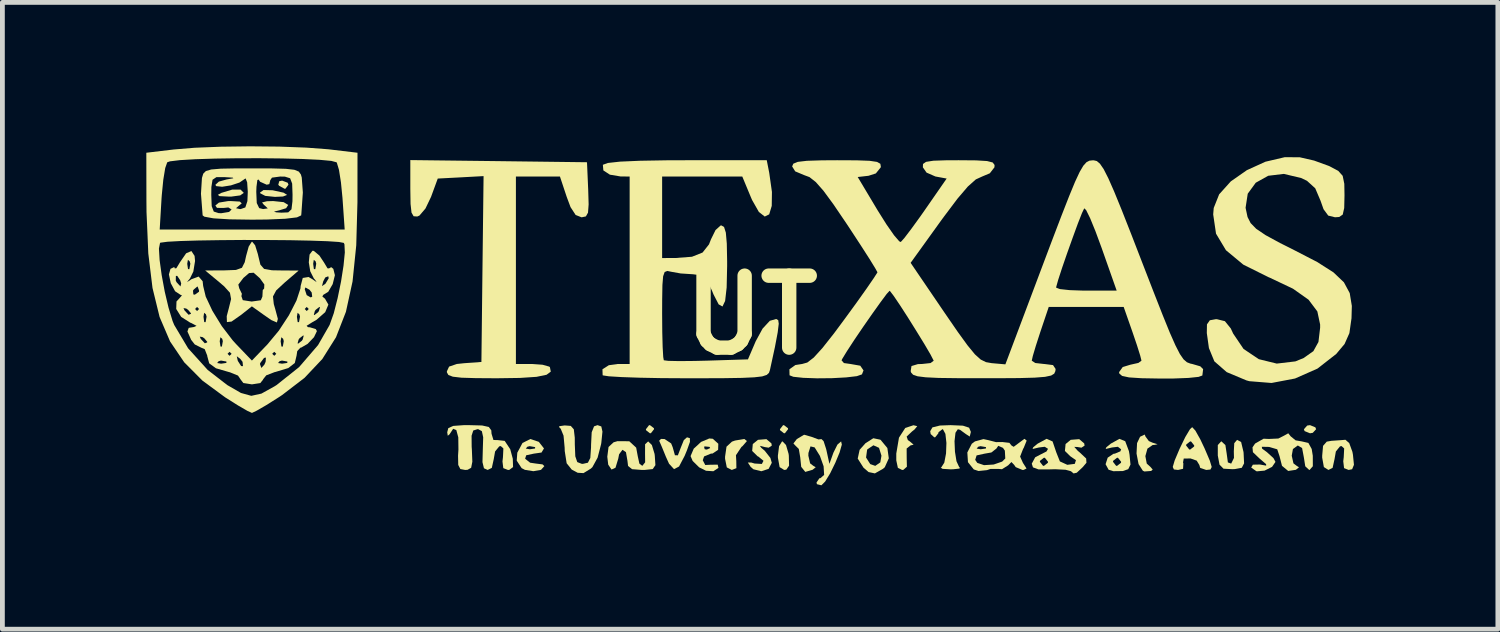
<source format=kicad_pcb>
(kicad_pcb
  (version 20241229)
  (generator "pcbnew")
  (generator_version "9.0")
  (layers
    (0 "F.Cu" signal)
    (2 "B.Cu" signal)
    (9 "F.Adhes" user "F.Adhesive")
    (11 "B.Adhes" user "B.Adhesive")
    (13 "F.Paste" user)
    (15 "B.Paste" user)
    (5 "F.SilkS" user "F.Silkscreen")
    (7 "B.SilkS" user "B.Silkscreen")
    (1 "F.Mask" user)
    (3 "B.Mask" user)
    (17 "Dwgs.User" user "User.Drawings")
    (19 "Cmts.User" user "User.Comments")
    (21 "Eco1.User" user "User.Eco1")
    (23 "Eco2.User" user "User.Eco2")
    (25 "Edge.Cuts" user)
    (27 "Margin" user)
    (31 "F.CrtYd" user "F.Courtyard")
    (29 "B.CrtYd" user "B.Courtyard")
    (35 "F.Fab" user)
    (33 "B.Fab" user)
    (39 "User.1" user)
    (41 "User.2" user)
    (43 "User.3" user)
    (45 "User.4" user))
  (footprint "UT"
    (layer "F.Cu")
    (at 12.615 3.518)
    (property "Reference" "UT" (at 0 0 0) (layer "F.SilkS") (effects (font (size 1.5 1.5) (thickness 0.3))))
    (attr board_only exclude_from_pos_files exclude_from_bom)
    (fp_poly (pts (xy -9.668 -2.759) (xy -9.652 -2.718) (xy -9.713 -2.636) (xy -9.732 -2.633) (xy -9.846 -2.695) (xy -9.864 -2.718) (xy -9.844 -2.791) (xy -9.784 -2.803)) (stroke (width 0) (type solid)) (fill yes) (layer "F.SilkS"))
    (fp_poly (pts (xy -2.034 2.358) (xy -2.032 2.379) (xy -2.096 2.461) (xy -2.117 2.464) (xy -2.199 2.399) (xy -2.201 2.379) (xy -2.137 2.296) (xy -2.117 2.294)) (stroke (width 0) (type solid)) (fill yes) (layer "F.SilkS"))
    (fp_poly (pts (xy 0.76 2.358) (xy 0.762 2.379) (xy 0.698 2.461) (xy 0.677 2.464) (xy 0.595 2.399) (xy 0.593 2.379) (xy 0.657 2.296) (xy 0.677 2.294)) (stroke (width 0) (type solid)) (fill yes) (layer "F.SilkS"))
    (fp_poly (pts (xy 11.754 2.34) (xy 11.769 2.379) (xy 11.7 2.454) (xy 11.642 2.464) (xy 11.529 2.418) (xy 11.515 2.379) (xy 11.583 2.303) (xy 11.642 2.294)) (stroke (width 0) (type solid)) (fill yes) (layer "F.SilkS"))
    (fp_poly (pts (xy -10.651 -2.616) (xy -10.583 -2.548) (xy -10.658 -2.495) (xy -10.843 -2.47) (xy -10.901 -2.47) (xy -11.089 -2.48) (xy -11.124 -2.507) (xy -11.049 -2.548) (xy -10.823 -2.616)) (stroke (width 0) (type solid)) (fill yes) (layer "F.SilkS"))
    (fp_poly (pts (xy -9.983 -2.602) (xy -9.754 -2.552) (xy -9.68 -2.505) (xy -9.766 -2.472) (xy -9.934 -2.464) (xy -10.136 -2.485) (xy -10.24 -2.539) (xy -10.245 -2.554) (xy -10.171 -2.607)) (stroke (width 0) (type solid)) (fill yes) (layer "F.SilkS"))
    (fp_poly (pts (xy 0.719 2.708) (xy 0.773 2.892) (xy 0.778 2.931) (xy 0.783 3.139) (xy 0.726 3.222) (xy 0.681 3.228) (xy 0.586 3.169) (xy 0.551 2.975) (xy 0.55 2.931) (xy 0.575 2.732) (xy 0.635 2.636) (xy 0.647 2.633)) (stroke (width 0) (type solid)) (fill yes) (layer "F.SilkS"))
    (fp_poly (pts (xy -0.095 2.625) (xy -0.187 2.731) (xy -0.21 2.749) (xy -0.324 2.921) (xy -0.317 3.045) (xy -0.315 3.191) (xy -0.411 3.228) (xy -0.515 3.175) (xy -0.551 2.995) (xy -0.551 2.952) (xy -0.521 2.743) (xy -0.408 2.638) (xy -0.343 2.615) (xy -0.151 2.582)) (stroke (width 0) (type solid)) (fill yes) (layer "F.SilkS"))
    (fp_poly (pts (xy 3.455 2.315) (xy 3.4 2.383) (xy 3.345 2.427) (xy 3.234 2.532) (xy 3.259 2.605) (xy 3.302 2.635) (xy 3.379 2.701) (xy 3.314 2.717) (xy 3.234 2.781) (xy 3.235 2.973) (xy 3.239 3.161) (xy 3.165 3.226) (xy 3.139 3.228) (xy 3.051 3.184) (xy 3.018 3.029) (xy 3.018 2.886) (xy 3.074 2.555) (xy 3.205 2.353) (xy 3.376 2.296)) (stroke (width 0) (type solid)) (fill yes) (layer "F.SilkS"))
    (fp_poly (pts (xy 8.213 2.532) (xy 8.283 2.626) (xy 8.361 2.66) (xy 8.465 2.692) (xy 8.405 2.705) (xy 8.361 2.709) (xy 8.253 2.784) (xy 8.21 2.94) (xy 8.239 3.095) (xy 8.314 3.163) (xy 8.363 3.22) (xy 8.331 3.249) (xy 8.191 3.26) (xy 8.157 3.244) (xy 8.068 3.105) (xy 8.026 2.886) (xy 8.037 2.668) (xy 8.1 2.536) (xy 8.197 2.49)) (stroke (width 0) (type solid)) (fill yes) (layer "F.SilkS"))
    (fp_poly (pts (xy -1.285 2.565) (xy -1.283 2.642) (xy -1.345 2.817) (xy -1.393 2.933) (xy -1.51 3.156) (xy -1.615 3.211) (xy -1.719 3.098) (xy -1.785 2.952) (xy -1.867 2.751) (xy -1.922 2.625) (xy -1.925 2.619) (xy -1.886 2.581) (xy -1.811 2.584) (xy -1.675 2.675) (xy -1.643 2.754) (xy -1.596 2.922) (xy -1.535 2.923) (xy -1.477 2.771) (xy -1.411 2.607) (xy -1.345 2.548)) (stroke (width 0) (type solid)) (fill yes) (layer "F.SilkS"))
    (fp_poly (pts (xy 10.206 2.645) (xy 10.256 2.855) (xy 10.258 2.881) (xy 10.268 3.091) (xy 10.22 3.183) (xy 10.075 3.21) (xy 10.022 3.212) (xy 9.839 3.202) (xy 9.756 3.118) (xy 9.72 2.928) (xy 9.72 2.709) (xy 9.789 2.634) (xy 9.796 2.633) (xy 9.878 2.709) (xy 9.906 2.893) (xy 9.93 3.071) (xy 9.999 3.096) (xy 10.057 2.977) (xy 10.054 2.84) (xy 10.063 2.67) (xy 10.122 2.601)) (stroke (width 0) (type solid)) (fill yes) (layer "F.SilkS"))
    (fp_poly (pts (xy 0.415 2.674) (xy 0.423 2.721) (xy 0.358 2.764) (xy 0.275 2.751) (xy 0.174 2.725) (xy 0.205 2.768) (xy 0.275 2.827) (xy 0.394 2.978) (xy 0.423 3.079) (xy 0.357 3.205) (xy 0.205 3.255) (xy 0.04 3.214) (xy -0.017 3.165) (xy -0.076 3.074) (xy -0.007 3.073) (xy 0.064 3.094) (xy 0.216 3.103) (xy 0.25 3.037) (xy 0.144 2.95) (xy 0.127 2.943) (xy 0.014 2.832) (xy 0.027 2.688) (xy 0.135 2.6) (xy 0.311 2.586)) (stroke (width 0) (type solid)) (fill yes) (layer "F.SilkS"))
    (fp_poly (pts (xy 12.46 2.669) (xy 12.526 2.851) (xy 12.537 2.91) (xy 12.558 3.121) (xy 12.52 3.213) (xy 12.447 3.228) (xy 12.352 3.19) (xy 12.335 3.047) (xy 12.345 2.962) (xy 12.354 2.78) (xy 12.299 2.73) (xy 12.267 2.737) (xy 12.181 2.843) (xy 12.153 3.003) (xy 12.113 3.185) (xy 12.026 3.228) (xy 11.931 3.168) (xy 11.896 2.972) (xy 11.896 2.931) (xy 11.914 2.726) (xy 11.991 2.638) (xy 12.086 2.621) (xy 12.286 2.607) (xy 12.381 2.599)) (stroke (width 0) (type solid)) (fill yes) (layer "F.SilkS"))
    (fp_poly (pts (xy 2.684 2.597) (xy 2.693 2.603) (xy 2.832 2.771) (xy 2.862 2.986) (xy 2.778 3.172) (xy 2.744 3.202) (xy 2.572 3.3) (xy 2.44 3.272) (xy 2.334 3.18) (xy 2.214 2.991) (xy 2.219 2.969) (xy 2.388 2.969) (xy 2.475 3.106) (xy 2.58 3.143) (xy 2.685 3.07) (xy 2.709 2.931) (xy 2.658 2.767) (xy 2.541 2.714) (xy 2.418 2.797) (xy 2.41 2.807) (xy 2.388 2.969) (xy 2.219 2.969) (xy 2.254 2.808) (xy 2.376 2.671) (xy 2.539 2.567)) (stroke (width 0) (type solid)) (fill yes) (layer "F.SilkS"))
    (fp_poly (pts (xy -4.434 2.642) (xy -4.326 2.779) (xy -4.377 2.865) (xy -4.537 2.888) (xy -4.696 2.922) (xy -4.719 2.994) (xy -4.615 3.077) (xy -4.5 3.094) (xy -4.356 3.112) (xy -4.318 3.148) (xy -4.388 3.226) (xy -4.547 3.254) (xy -4.723 3.226) (xy -4.792 3.19) (xy -4.894 3.034) (xy -4.882 2.868) (xy -4.836 2.783) (xy -4.705 2.783) (xy -4.621 2.797) (xy -4.512 2.781) (xy -4.51 2.752) (xy -4.624 2.732) (xy -4.673 2.745) (xy -4.705 2.783) (xy -4.836 2.783) (xy -4.774 2.666) (xy -4.609 2.583)) (stroke (width 0) (type solid)) (fill yes) (layer "F.SilkS"))
    (fp_poly (pts (xy -0.807 2.578) (xy -0.692 2.682) (xy -0.696 2.809) (xy -0.81 2.885) (xy -0.847 2.888) (xy -0.988 2.946) (xy -1.016 3.026) (xy -0.964 3.125) (xy -0.847 3.119) (xy -0.704 3.118) (xy -0.689 3.185) (xy -0.795 3.255) (xy -0.948 3.245) (xy -1.091 3.174) (xy -1.227 3.04) (xy -1.27 2.939) (xy -1.204 2.784) (xy -1.163 2.747) (xy -0.988 2.747) (xy -0.976 2.797) (xy -0.931 2.803) (xy -0.862 2.772) (xy -0.875 2.747) (xy -0.975 2.737) (xy -0.988 2.747) (xy -1.163 2.747) (xy -1.052 2.644) (xy -0.88 2.572)) (stroke (width 0) (type solid)) (fill yes) (layer "F.SilkS"))
    (fp_poly (pts (xy -2.548 2.63) (xy -2.404 2.763) (xy -2.371 2.941) (xy -2.337 3.096) (xy -2.276 3.143) (xy -2.217 3.069) (xy -2.219 2.888) (xy -2.218 2.692) (xy -2.154 2.633) (xy -2.077 2.708) (xy -2.021 2.892) (xy -2.016 2.931) (xy -2.003 3.128) (xy -2.059 3.21) (xy -2.229 3.228) (xy -2.285 3.228) (xy -2.49 3.212) (xy -2.573 3.145) (xy -2.586 3.037) (xy -2.617 2.857) (xy -2.69 2.808) (xy -2.76 2.902) (xy -2.778 2.994) (xy -2.835 3.182) (xy -2.918 3.22) (xy -2.987 3.117) (xy -3.006 2.952) (xy -2.98 2.749) (xy -2.875 2.652) (xy -2.794 2.628)) (stroke (width 0) (type solid)) (fill yes) (layer "F.SilkS"))
    (fp_poly (pts (xy 7.79 2.629) (xy 7.867 2.835) (xy 7.88 2.909) (xy 7.9 3.116) (xy 7.853 3.212) (xy 7.738 3.251) (xy 7.542 3.254) (xy 7.444 3.224) (xy 7.381 3.109) (xy 7.397 3.058) (xy 7.535 3.058) (xy 7.6 3.141) (xy 7.62 3.143) (xy 7.702 3.079) (xy 7.705 3.058) (xy 7.64 2.976) (xy 7.62 2.973) (xy 7.538 3.038) (xy 7.535 3.058) (xy 7.397 3.058) (xy 7.425 2.972) (xy 7.546 2.891) (xy 7.575 2.888) (xy 7.689 2.84) (xy 7.705 2.798) (xy 7.637 2.745) (xy 7.514 2.76) (xy 7.383 2.791) (xy 7.396 2.756) (xy 7.49 2.679) (xy 7.669 2.58)) (stroke (width 0) (type solid)) (fill yes) (layer "F.SilkS"))
    (fp_poly (pts (xy -3.131 2.321) (xy -3.107 2.429) (xy -3.13 2.658) (xy -3.135 2.69) (xy -3.208 2.972) (xy -3.316 3.169) (xy -3.349 3.2) (xy -3.502 3.294) (xy -3.623 3.287) (xy -3.747 3.221) (xy -3.853 3.089) (xy -3.893 2.835) (xy -3.895 2.764) (xy -3.918 2.513) (xy -3.978 2.366) (xy -4 2.35) (xy -4.011 2.317) (xy -3.895 2.3) (xy -3.767 2.31) (xy -3.704 2.381) (xy -3.684 2.555) (xy -3.683 2.697) (xy -3.673 2.944) (xy -3.632 3.064) (xy -3.54 3.1) (xy -3.514 3.101) (xy -3.41 3.077) (xy -3.36 2.978) (xy -3.345 2.761) (xy -3.344 2.697) (xy -3.331 2.442) (xy -3.282 2.319) (xy -3.21 2.294)) (stroke (width 0) (type solid)) (fill yes) (layer "F.SilkS"))
    (fp_poly (pts (xy 4.407 2.305) (xy 4.536 2.347) (xy 4.572 2.433) (xy 4.572 2.438) (xy 4.549 2.532) (xy 4.47 2.481) (xy 4.346 2.391) (xy 4.301 2.379) (xy 4.252 2.452) (xy 4.232 2.629) (xy 4.241 2.848) (xy 4.273 3.047) (xy 4.327 3.164) (xy 4.339 3.172) (xy 4.338 3.199) (xy 4.202 3.214) (xy 4.149 3.215) (xy 3.983 3.205) (xy 3.944 3.18) (xy 3.958 3.172) (xy 4.019 3.075) (xy 4.055 2.885) (xy 4.063 2.665) (xy 4.042 2.476) (xy 3.991 2.381) (xy 3.979 2.379) (xy 3.897 2.443) (xy 3.895 2.464) (xy 3.83 2.546) (xy 3.81 2.548) (xy 3.735 2.48) (xy 3.725 2.421) (xy 3.771 2.341) (xy 3.928 2.302) (xy 4.149 2.294)) (stroke (width 0) (type solid)) (fill yes) (layer "F.SilkS"))
    (fp_poly (pts (xy 9.252 2.407) (xy 9.356 2.592) (xy 9.446 2.782) (xy 9.553 3.033) (xy 9.593 3.166) (xy 9.567 3.219) (xy 9.48 3.228) (xy 9.478 3.228) (xy 9.353 3.185) (xy 9.335 3.124) (xy 9.28 3.034) (xy 9.153 2.989) (xy 9.01 2.99) (xy 8.995 3.072) (xy 9.002 3.093) (xy 8.996 3.204) (xy 8.892 3.228) (xy 8.805 3.218) (xy 8.781 3.165) (xy 8.821 3.03) (xy 8.926 2.782) (xy 8.957 2.718) (xy 9.059 2.718) (xy 9.124 2.801) (xy 9.144 2.803) (xy 9.226 2.739) (xy 9.229 2.718) (xy 9.164 2.636) (xy 9.144 2.633) (xy 9.062 2.698) (xy 9.059 2.718) (xy 8.957 2.718) (xy 9.043 2.541) (xy 9.14 2.379) (xy 9.186 2.336)) (stroke (width 0) (type solid)) (fill yes) (layer "F.SilkS"))
    (fp_poly (pts (xy 1.249 2.537) (xy 1.397 2.592) (xy 1.459 2.585) (xy 1.503 2.628) (xy 1.555 2.789) (xy 1.563 2.822) (xy 1.624 3.101) (xy 1.708 2.867) (xy 1.791 2.7) (xy 1.868 2.633) (xy 1.883 2.699) (xy 1.836 2.864) (xy 1.747 3.079) (xy 1.64 3.298) (xy 1.535 3.47) (xy 1.457 3.548) (xy 1.364 3.525) (xy 1.355 3.49) (xy 1.415 3.402) (xy 1.439 3.398) (xy 1.514 3.331) (xy 1.503 3.151) (xy 1.426 2.935) (xy 1.316 2.758) (xy 1.23 2.737) (xy 1.187 2.873) (xy 1.185 2.931) (xy 1.222 3.091) (xy 1.291 3.144) (xy 1.339 3.171) (xy 1.274 3.224) (xy 1.121 3.269) (xy 1.036 3.163) (xy 1.016 2.968) (xy 0.986 2.79) (xy 0.913 2.718) (xy 0.874 2.676) (xy 0.946 2.583) (xy 1.097 2.494)) (stroke (width 0) (type solid)) (fill yes) (layer "F.SilkS"))
    (fp_poly (pts (xy -5.271 -3.209) (xy -3.429 -3.186) (xy -3.404 -2.612) (xy -3.395 -2.307) (xy -3.408 -2.135) (xy -3.452 -2.057) (xy -3.536 -2.039) (xy -3.545 -2.039) (xy -3.666 -2.087) (xy -3.772 -2.25) (xy -3.852 -2.464) (xy -3.993 -2.888) (xy -4.452 -2.888) (xy -4.911 -2.888) (xy -4.911 -0.934) (xy -4.911 1.019) (xy -4.577 1.019) (xy -4.355 1.035) (xy -4.216 1.074) (xy -4.202 1.087) (xy -4.184 1.179) (xy -4.272 1.244) (xy -4.481 1.287) (xy -4.828 1.31) (xy -5.313 1.317) (xy -5.75 1.314) (xy -6.046 1.305) (xy -6.226 1.284) (xy -6.318 1.249) (xy -6.349 1.195) (xy -6.35 1.173) (xy -6.304 1.074) (xy -6.142 1.019) (xy -5.99 1.003) (xy -5.63 0.977) (xy -5.608 -0.96) (xy -5.585 -2.897) (xy -6.062 -2.871) (xy -6.54 -2.846) (xy -6.68 -2.464) (xy -6.796 -2.222) (xy -6.921 -2.075) (xy -6.966 -2.055) (xy -7.043 -2.06) (xy -7.087 -2.136) (xy -7.107 -2.316) (xy -7.112 -2.629) (xy -7.112 -3.231)) (stroke (width 0) (type solid)) (fill yes) (layer "F.SilkS"))
    (fp_poly (pts (xy 11.239 2.527) (xy 11.342 2.611) (xy 11.47 2.633) (xy 11.608 2.665) (xy 11.677 2.791) (xy 11.7 2.931) (xy 11.701 3.151) (xy 11.633 3.228) (xy 11.625 3.228) (xy 11.543 3.152) (xy 11.515 2.973) (xy 11.477 2.771) (xy 11.388 2.718) (xy 11.286 2.792) (xy 11.261 2.931) (xy 11.297 3.091) (xy 11.367 3.144) (xy 11.413 3.172) (xy 11.348 3.225) (xy 11.187 3.249) (xy 11.058 3.142) (xy 11.007 2.942) (xy 10.959 2.798) (xy 10.789 2.748) (xy 10.788 2.748) (xy 10.637 2.745) (xy 10.644 2.784) (xy 10.746 2.859) (xy 10.88 2.981) (xy 10.922 3.06) (xy 10.851 3.164) (xy 10.695 3.242) (xy 10.535 3.257) (xy 10.52 3.252) (xy 10.416 3.178) (xy 10.451 3.118) (xy 10.598 3.115) (xy 10.604 3.116) (xy 10.728 3.138) (xy 10.727 3.107) (xy 10.598 2.997) (xy 10.588 2.988) (xy 10.452 2.858) (xy 10.443 2.758) (xy 10.497 2.678) (xy 10.674 2.577) (xy 10.785 2.582) (xy 10.982 2.573) (xy 11.08 2.524) (xy 11.189 2.464)) (stroke (width 0) (type solid)) (fill yes) (layer "F.SilkS"))
    (fp_poly (pts (xy -5.616 2.301) (xy -5.476 2.332) (xy -5.424 2.402) (xy -5.419 2.473) (xy -5.379 2.604) (xy -5.298 2.605) (xy -5.145 2.622) (xy -5.029 2.796) (xy -4.976 2.994) (xy -4.97 3.168) (xy -5.05 3.227) (xy -5.077 3.228) (xy -5.174 3.19) (xy -5.191 3.05) (xy -5.181 2.962) (xy -5.172 2.78) (xy -5.227 2.73) (xy -5.259 2.737) (xy -5.345 2.843) (xy -5.373 3.003) (xy -5.413 3.185) (xy -5.5 3.228) (xy -5.577 3.193) (xy -5.608 3.065) (xy -5.601 2.806) (xy -5.601 2.803) (xy -5.593 2.547) (xy -5.621 2.419) (xy -5.695 2.379) (xy -5.715 2.379) (xy -5.8 2.406) (xy -5.835 2.515) (xy -5.833 2.745) (xy -5.829 2.803) (xy -5.819 3.056) (xy -5.844 3.183) (xy -5.918 3.225) (xy -5.969 3.228) (xy -6.069 3.209) (xy -6.113 3.124) (xy -6.117 2.931) (xy -6.109 2.803) (xy -6.112 2.549) (xy -6.153 2.397) (xy -6.219 2.37) (xy -6.294 2.485) (xy -6.331 2.515) (xy -6.343 2.442) (xy -6.32 2.356) (xy -6.217 2.31) (xy -5.995 2.294) (xy -5.884 2.294)) (stroke (width 0) (type solid)) (fill yes) (layer "F.SilkS"))
    (fp_poly (pts (xy 6.276 2.634) (xy 6.349 2.849) (xy 6.35 2.853) (xy 6.428 3.05) (xy 6.583 3.121) (xy 6.739 3.101) (xy 6.763 3.024) (xy 6.646 2.943) (xy 6.533 2.832) (xy 6.547 2.688) (xy 6.654 2.6) (xy 6.831 2.586) (xy 6.935 2.674) (xy 6.943 2.721) (xy 6.878 2.764) (xy 6.795 2.75) (xy 6.728 2.747) (xy 6.801 2.829) (xy 6.845 2.866) (xy 6.976 2.989) (xy 6.982 3.078) (xy 6.903 3.171) (xy 6.78 3.286) (xy 6.714 3.301) (xy 6.659 3.255) (xy 6.546 3.224) (xy 6.329 3.213) (xy 6.221 3.216) (xy 5.98 3.216) (xy 5.867 3.174) (xy 5.842 3.097) (xy 5.863 3.058) (xy 6.011 3.058) (xy 6.076 3.141) (xy 6.096 3.143) (xy 6.178 3.079) (xy 6.181 3.058) (xy 6.116 2.976) (xy 6.096 2.973) (xy 6.014 3.038) (xy 6.011 3.058) (xy 5.863 3.058) (xy 5.913 2.965) (xy 6.011 2.913) (xy 6.149 2.843) (xy 6.181 2.788) (xy 6.113 2.745) (xy 5.99 2.76) (xy 5.859 2.791) (xy 5.872 2.756) (xy 5.966 2.679) (xy 6.152 2.579)) (stroke (width 0) (type solid)) (fill yes) (layer "F.SilkS"))
    (fp_poly (pts (xy -10.347 -1.455) (xy -10.29 -1.272) (xy -10.281 -1.232) (xy -10.237 -1.051) (xy -10.16 -0.963) (xy -9.996 -0.934) (xy -9.833 -0.931) (xy -9.44 -0.928) (xy -9.73 -0.679) (xy -9.907 -0.515) (xy -9.975 -0.388) (xy -9.958 -0.23) (xy -9.929 -0.13) (xy -9.873 0.079) (xy -9.893 0.154) (xy -10.009 0.104) (xy -10.168 -0.006) (xy -10.415 -0.182) (xy -10.637 -0.006) (xy -10.838 0.135) (xy -10.935 0.146) (xy -10.939 0.022) (xy -10.897 -0.137) (xy -10.848 -0.334) (xy -10.872 -0.466) (xy -10.994 -0.601) (xy -11.036 -0.636) (xy -10.697 -0.636) (xy -10.678 -0.558) (xy -10.623 -0.444) (xy -10.633 -0.394) (xy -10.604 -0.311) (xy -10.423 -0.283) (xy -10.414 -0.283) (xy -10.228 -0.309) (xy -10.194 -0.39) (xy -10.195 -0.394) (xy -10.188 -0.523) (xy -10.159 -0.553) (xy -10.155 -0.638) (xy -10.249 -0.769) (xy -10.378 -0.883) (xy -10.473 -0.876) (xy -10.591 -0.775) (xy -10.697 -0.636) (xy -11.036 -0.636) (xy -11.095 -0.687) (xy -11.388 -0.93) (xy -10.989 -0.932) (xy -10.747 -0.941) (xy -10.622 -0.986) (xy -10.563 -1.103) (xy -10.535 -1.232) (xy -10.481 -1.428) (xy -10.419 -1.526) (xy -10.408 -1.529)) (stroke (width 0) (type solid)) (fill yes) (layer "F.SilkS"))
    (fp_poly (pts (xy 5.736 2.616) (xy 5.674 2.769) (xy 5.662 2.788) (xy 5.599 2.949) (xy 5.661 3.087) (xy 5.667 3.094) (xy 5.733 3.198) (xy 5.671 3.228) (xy 5.648 3.228) (xy 5.507 3.169) (xy 5.475 3.122) (xy 5.418 3.063) (xy 5.35 3.132) (xy 5.221 3.213) (xy 5.153 3.207) (xy 4.981 3.207) (xy 4.908 3.232) (xy 4.732 3.25) (xy 4.633 3.217) (xy 4.512 3.066) (xy 4.509 3.018) (xy 4.663 3.018) (xy 4.707 3.081) (xy 4.847 3.128) (xy 5.048 3.115) (xy 5.225 3.054) (xy 5.29 2.989) (xy 5.281 2.825) (xy 5.242 2.768) (xy 5.144 2.725) (xy 5.105 2.782) (xy 5 2.864) (xy 4.861 2.888) (xy 4.692 2.925) (xy 4.663 3.018) (xy 4.509 3.018) (xy 4.499 2.863) (xy 4.54 2.783) (xy 4.693 2.783) (xy 4.777 2.797) (xy 4.886 2.781) (xy 4.888 2.752) (xy 4.774 2.732) (xy 4.725 2.745) (xy 4.693 2.783) (xy 4.54 2.783) (xy 4.592 2.682) (xy 4.658 2.633) (xy 4.835 2.585) (xy 4.934 2.606) (xy 5.097 2.648) (xy 5.228 2.646) (xy 5.376 2.663) (xy 5.419 2.718) (xy 5.465 2.746) (xy 5.556 2.678) (xy 5.69 2.579)) (stroke (width 0) (type solid)) (fill yes) (layer "F.SilkS"))
    (fp_poly (pts (xy 11.427 -3.29) (xy 11.727 -3.221) (xy 12.03 -3.111) (xy 12.053 -3.101) (xy 12.231 -3.006) (xy 12.323 -2.903) (xy 12.357 -2.736) (xy 12.361 -2.496) (xy 12.355 -2.232) (xy 12.324 -2.095) (xy 12.251 -2.045) (xy 12.163 -2.039) (xy 12.022 -2.074) (xy 11.924 -2.207) (xy 11.861 -2.385) (xy 11.751 -2.643) (xy 11.579 -2.799) (xy 11.458 -2.857) (xy 11.096 -2.943) (xy 10.771 -2.904) (xy 10.511 -2.759) (xy 10.344 -2.53) (xy 10.299 -2.237) (xy 10.34 -2.044) (xy 10.404 -1.918) (xy 10.52 -1.799) (xy 10.715 -1.667) (xy 11.018 -1.502) (xy 11.317 -1.352) (xy 11.793 -1.106) (xy 12.13 -0.891) (xy 12.349 -0.683) (xy 12.47 -0.458) (xy 12.514 -0.191) (xy 12.507 0.066) (xy 12.463 0.376) (xy 12.363 0.602) (xy 12.189 0.81) (xy 11.797 1.116) (xy 11.33 1.322) (xy 10.84 1.415) (xy 10.378 1.378) (xy 10.316 1.361) (xy 9.906 1.189) (xy 9.648 0.964) (xy 9.535 0.688) (xy 9.491 0.375) (xy 9.494 0.193) (xy 9.554 0.108) (xy 9.68 0.085) (xy 9.699 0.085) (xy 9.868 0.127) (xy 9.991 0.279) (xy 10.04 0.385) (xy 10.257 0.706) (xy 10.575 0.919) (xy 10.949 1.011) (xy 11.338 0.965) (xy 11.509 0.895) (xy 11.712 0.752) (xy 11.818 0.56) (xy 11.853 0.264) (xy 11.853 0.197) (xy 11.795 -0.076) (xy 11.611 -0.321) (xy 11.287 -0.55) (xy 10.809 -0.777) (xy 10.773 -0.792) (xy 10.251 -1.052) (xy 9.89 -1.352) (xy 9.683 -1.697) (xy 9.624 -2.098) (xy 9.635 -2.233) (xy 9.748 -2.517) (xy 9.991 -2.787) (xy 10.326 -3.021) (xy 10.713 -3.197) (xy 11.114 -3.291)) (stroke (width 0) (type solid)) (fill yes) (layer "F.SilkS"))
    (fp_poly (pts (xy 0.37 -2.963) (xy 0.426 -2.567) (xy 0.422 -2.276) (xy 0.369 -2.1) (xy 0.276 -2.054) (xy 0.154 -2.149) (xy 0.012 -2.399) (xy -0.016 -2.464) (xy -0.192 -2.888) (xy -1.027 -2.888) (xy -1.863 -2.888) (xy -1.863 -2.039) (xy -1.863 -1.189) (xy -1.587 -1.19) (xy -1.241 -1.216) (xy -1.02 -1.304) (xy -0.886 -1.474) (xy -0.844 -1.581) (xy -0.75 -1.772) (xy -0.645 -1.867) (xy -0.628 -1.869) (xy -0.572 -1.836) (xy -0.535 -1.719) (xy -0.515 -1.491) (xy -0.508 -1.126) (xy -0.508 -1.019) (xy -0.518 -0.574) (xy -0.55 -0.294) (xy -0.605 -0.179) (xy -0.685 -0.224) (xy -0.791 -0.429) (xy -0.824 -0.51) (xy -0.927 -0.728) (xy -1.041 -0.827) (xy -1.218 -0.851) (xy -1.219 -0.851) (xy -1.477 -0.868) (xy -1.672 -0.903) (xy -1.755 -0.92) (xy -1.81 -0.898) (xy -1.842 -0.81) (xy -1.857 -0.626) (xy -1.862 -0.321) (xy -1.863 -0.024) (xy -1.86 0.355) (xy -1.852 0.666) (xy -1.84 0.874) (xy -1.828 0.942) (xy -1.734 0.954) (xy -1.508 0.959) (xy -1.188 0.956) (xy -0.933 0.95) (xy -0.074 0.923) (xy 0.088 0.545) (xy 0.231 0.282) (xy 0.382 0.119) (xy 0.515 0.081) (xy 0.557 0.106) (xy 0.568 0.18) (xy 0.546 0.361) (xy 0.488 0.668) (xy 0.39 1.119) (xy 0.384 1.147) (xy 0.364 1.204) (xy 0.318 1.247) (xy 0.223 1.278) (xy 0.059 1.297) (xy -0.199 1.309) (xy -0.571 1.315) (xy -1.081 1.317) (xy -1.359 1.317) (xy -1.879 1.314) (xy -2.338 1.305) (xy -2.712 1.292) (xy -2.974 1.276) (xy -3.097 1.257) (xy -3.103 1.253) (xy -3.107 1.13) (xy -2.974 1.045) (xy -2.789 1.019) (xy -2.54 1.019) (xy -2.54 -0.934) (xy -2.54 -2.888) (xy -2.731 -2.89) (xy -2.952 -2.927) (xy -3.088 -3.016) (xy -3.098 -3.13) (xy -3.096 -3.134) (xy -2.994 -3.171) (xy -2.738 -3.199) (xy -2.324 -3.217) (xy -1.747 -3.227) (xy -1.36 -3.228) (xy 0.318 -3.228)) (stroke (width 0) (type solid)) (fill yes) (layer "F.SilkS"))
    (fp_poly (pts (xy -9.841 -3.512) (xy -9.282 -3.491) (xy -8.829 -3.457) (xy -8.784 -3.452) (xy -8.213 -3.384) (xy -8.214 -2.351) (xy -8.239 -1.454) (xy -8.316 -0.701) (xy -8.454 -0.069) (xy -8.661 0.462) (xy -8.946 0.915) (xy -9.318 1.309) (xy -9.785 1.667) (xy -9.856 1.714) (xy -10.111 1.875) (xy -10.311 1.991) (xy -10.412 2.039) (xy -10.414 2.039) (xy -10.509 1.996) (xy -10.704 1.883) (xy -10.958 1.723) (xy -10.972 1.714) (xy -11.446 1.365) (xy -11.826 0.983) (xy -12.12 0.549) (xy -12.338 0.04) (xy -12.486 -0.565) (xy -12.574 -1.287) (xy -12.578 -1.386) (xy -12.352 -1.386) (xy -12.338 -1.148) (xy -12.295 -0.834) (xy -12.231 -0.488) (xy -12.152 -0.155) (xy -12.068 0.122) (xy -12.034 0.205) (xy -11.744 0.692) (xy -11.336 1.143) (xy -10.927 1.459) (xy -10.643 1.623) (xy -10.427 1.683) (xy -10.216 1.637) (xy -9.944 1.486) (xy -9.901 1.459) (xy -9.43 1.084) (xy -9.035 0.625) (xy -8.794 0.205) (xy -8.708 -0.037) (xy -8.627 -0.354) (xy -8.556 -0.7) (xy -8.504 -1.032) (xy -8.477 -1.305) (xy -8.485 -1.475) (xy -8.499 -1.505) (xy -8.6 -1.524) (xy -8.841 -1.54) (xy -9.19 -1.552) (xy -9.619 -1.561) (xy -10.097 -1.565) (xy -10.595 -1.566) (xy -11.081 -1.562) (xy -11.526 -1.555) (xy -11.901 -1.544) (xy -12.174 -1.529) (xy -12.317 -1.51) (xy -12.329 -1.505) (xy -12.352 -1.386) (xy -12.578 -1.386) (xy -12.595 -1.784) (xy -12.336 -1.784) (xy -10.408 -1.784) (xy -8.48 -1.784) (xy -8.526 -2.442) (xy -8.558 -2.767) (xy -8.599 -3.027) (xy -8.643 -3.174) (xy -8.65 -3.185) (xy -8.759 -3.214) (xy -9.005 -3.237) (xy -9.357 -3.254) (xy -9.783 -3.265) (xy -10.252 -3.27) (xy -10.731 -3.269) (xy -11.189 -3.262) (xy -11.595 -3.249) (xy -11.916 -3.23) (xy -12.122 -3.205) (xy -12.179 -3.185) (xy -12.221 -3.065) (xy -12.261 -2.822) (xy -12.292 -2.506) (xy -12.297 -2.442) (xy -12.336 -1.784) (xy -12.595 -1.784) (xy -12.611 -2.147) (xy -12.613 -2.393) (xy -12.615 -3.384) (xy -12.044 -3.452) (xy -11.608 -3.488) (xy -11.059 -3.51) (xy -10.452 -3.518)) (stroke (width 0) (type solid)) (fill yes) (layer "F.SilkS"))
    (fp_poly (pts (xy -9.99 -3.057) (xy -9.705 -3.049) (xy -9.53 -3.029) (xy -9.436 -2.991) (xy -9.393 -2.931) (xy -9.375 -2.867) (xy -9.352 -2.555) (xy -9.383 -2.113) (xy -9.387 -2.078) (xy -9.475 -2.037) (xy -9.719 -2.008) (xy -10.104 -1.992) (xy -10.414 -1.989) (xy -10.882 -1.996) (xy -11.217 -2.017) (xy -11.404 -2.051) (xy -11.441 -2.078) (xy -11.474 -2.506) (xy -11.261 -2.506) (xy -11.252 -2.27) (xy -11.209 -2.158) (xy -11.106 -2.125) (xy -11.049 -2.124) (xy -10.89 -2.15) (xy -10.837 -2.201) (xy -10.905 -2.244) (xy -11.007 -2.233) (xy -11.142 -2.235) (xy -11.176 -2.284) (xy -11.101 -2.345) (xy -10.912 -2.376) (xy -10.858 -2.377) (xy -10.666 -2.366) (xy -10.626 -2.329) (xy -10.668 -2.294) (xy -10.746 -2.228) (xy -10.666 -2.21) (xy -10.647 -2.21) (xy -10.551 -2.244) (xy -10.508 -2.376) (xy -10.5 -2.57) (xy -10.323 -2.57) (xy -10.313 -2.336) (xy -10.262 -2.23) (xy -10.181 -2.21) (xy -10.083 -2.224) (xy -10.144 -2.283) (xy -10.16 -2.294) (xy -10.203 -2.348) (xy -10.101 -2.373) (xy -9.97 -2.377) (xy -9.752 -2.354) (xy -9.657 -2.296) (xy -9.701 -2.228) (xy -9.842 -2.184) (xy -9.954 -2.157) (xy -9.91 -2.142) (xy -9.8 -2.135) (xy -9.657 -2.141) (xy -9.589 -2.205) (xy -9.569 -2.373) (xy -9.567 -2.506) (xy -9.575 -2.741) (xy -9.617 -2.852) (xy -9.726 -2.886) (xy -9.826 -2.888) (xy -9.996 -2.865) (xy -10.035 -2.806) (xy -10.033 -2.803) (xy -10.051 -2.73) (xy -10.106 -2.718) (xy -10.244 -2.78) (xy -10.273 -2.825) (xy -10.3 -2.816) (xy -10.319 -2.674) (xy -10.323 -2.57) (xy -10.5 -2.57) (xy -10.513 -2.767) (xy -10.545 -2.849) (xy -10.563 -2.838) (xy -10.673 -2.763) (xy -10.851 -2.704) (xy -11.034 -2.675) (xy -11.157 -2.688) (xy -11.176 -2.715) (xy -11.103 -2.782) (xy -10.943 -2.827) (xy -10.801 -2.852) (xy -10.813 -2.865) (xy -10.986 -2.876) (xy -11.155 -2.875) (xy -11.235 -2.821) (xy -11.259 -2.67) (xy -11.261 -2.506) (xy -11.474 -2.506) (xy -11.476 -2.527) (xy -11.456 -2.85) (xy -11.453 -2.867) (xy -11.428 -2.948) (xy -11.374 -3.002) (xy -11.263 -3.035) (xy -11.063 -3.052) (xy -10.746 -3.058) (xy -10.414 -3.058)) (stroke (width 0) (type solid)) (fill yes) (layer "F.SilkS"))
    (fp_poly (pts (xy 4.684 -3.225) (xy 4.911 -3.211) (xy 5.028 -3.181) (xy 5.067 -3.129) (xy 5.064 -3.08) (xy 4.968 -2.956) (xy 4.809 -2.889) (xy 4.676 -2.828) (xy 4.51 -2.68) (xy 4.293 -2.426) (xy 4.008 -2.047) (xy 3.95 -1.968) (xy 3.317 -1.089) (xy 4.02 -0.056) (xy 4.298 0.348) (xy 4.504 0.632) (xy 4.657 0.818) (xy 4.778 0.927) (xy 4.888 0.981) (xy 5.007 1.002) (xy 5.008 1.002) (xy 5.292 1.027) (xy 5.894 -0.572) (xy 6.35 -0.572) (xy 6.428 -0.542) (xy 6.633 -0.52) (xy 6.925 -0.51) (xy 6.981 -0.51) (xy 7.612 -0.51) (xy 7.299 -1.398) (xy 7.17 -1.747) (xy 7.058 -2.021) (xy 6.975 -2.189) (xy 6.936 -2.226) (xy 6.888 -2.125) (xy 6.802 -1.906) (xy 6.695 -1.613) (xy 6.58 -1.291) (xy 6.474 -0.984) (xy 6.393 -0.735) (xy 6.352 -0.588) (xy 6.35 -0.572) (xy 5.894 -0.572) (xy 6.005 -0.867) (xy 6.259 -1.541) (xy 6.462 -2.073) (xy 6.621 -2.479) (xy 6.744 -2.777) (xy 6.84 -2.983) (xy 6.917 -3.114) (xy 6.983 -3.187) (xy 7.045 -3.219) (xy 7.112 -3.226) (xy 7.135 -3.226) (xy 7.198 -3.211) (xy 7.263 -3.156) (xy 7.34 -3.044) (xy 7.436 -2.856) (xy 7.559 -2.577) (xy 7.718 -2.188) (xy 7.921 -1.672) (xy 8.133 -1.124) (xy 8.378 -0.492) (xy 8.571 -0.000176) (xy 8.721 0.369) (xy 8.838 0.633) (xy 8.93 0.812) (xy 9.006 0.922) (xy 9.076 0.983) (xy 9.148 1.011) (xy 9.187 1.019) (xy 9.355 1.068) (xy 9.414 1.126) (xy 9.398 1.259) (xy 9.319 1.288) (xy 9.107 1.31) (xy 8.795 1.322) (xy 8.53 1.323) (xy 8.129 1.316) (xy 7.87 1.299) (xy 7.725 1.268) (xy 7.667 1.218) (xy 7.662 1.189) (xy 7.738 1.083) (xy 7.895 1.035) (xy 8.065 0.997) (xy 8.129 0.95) (xy 8.103 0.846) (xy 8.035 0.629) (xy 7.944 0.361) (xy 7.758 -0.17) (xy 6.977 -0.17) (xy 6.196 -0.17) (xy 6.019 0.356) (xy 5.928 0.637) (xy 5.864 0.852) (xy 5.842 0.951) (xy 5.916 0.999) (xy 6.094 1.019) (xy 6.102 1.019) (xy 6.285 1.042) (xy 6.339 1.123) (xy 6.334 1.168) (xy 6.31 1.221) (xy 6.246 1.26) (xy 6.119 1.287) (xy 5.905 1.304) (xy 5.58 1.313) (xy 5.122 1.316) (xy 4.826 1.316) (xy 4.29 1.315) (xy 3.9 1.31) (xy 3.632 1.297) (xy 3.463 1.276) (xy 3.369 1.244) (xy 3.327 1.198) (xy 3.318 1.168) (xy 3.335 1.062) (xy 3.468 1.022) (xy 3.557 1.019) (xy 3.732 1) (xy 3.797 0.952) (xy 3.796 0.947) (xy 3.731 0.821) (xy 3.605 0.606) (xy 3.441 0.339) (xy 3.265 0.057) (xy 3.098 -0.202) (xy 2.964 -0.4) (xy 2.887 -0.501) (xy 2.879 -0.507) (xy 2.818 -0.441) (xy 2.69 -0.269) (xy 2.518 -0.028) (xy 2.327 0.246) (xy 2.143 0.517) (xy 1.991 0.75) (xy 1.895 0.907) (xy 1.877 0.943) (xy 1.927 1) (xy 2.062 1.019) (xy 2.267 1.055) (xy 2.335 1.153) (xy 2.302 1.236) (xy 2.196 1.273) (xy 1.972 1.299) (xy 1.678 1.315) (xy 1.364 1.318) (xy 1.079 1.308) (xy 0.872 1.286) (xy 0.793 1.255) (xy 0.79 1.13) (xy 0.915 1.041) (xy 1.056 1.019) (xy 1.163 0.989) (xy 1.298 0.885) (xy 1.477 0.688) (xy 1.719 0.382) (xy 1.94 0.084) (xy 2.19 -0.259) (xy 2.399 -0.553) (xy 2.548 -0.77) (xy 2.621 -0.883) (xy 2.625 -0.893) (xy 2.58 -0.975) (xy 2.459 -1.172) (xy 2.277 -1.455) (xy 2.052 -1.799) (xy 1.983 -1.903) (xy 1.707 -2.31) (xy 1.499 -2.593) (xy 1.339 -2.774) (xy 1.209 -2.876) (xy 1.094 -2.919) (xy 0.911 -2.996) (xy 0.847 -3.099) (xy 0.872 -3.156) (xy 0.965 -3.194) (xy 1.154 -3.216) (xy 1.466 -3.226) (xy 1.784 -3.228) (xy 2.194 -3.226) (xy 2.462 -3.216) (xy 2.617 -3.193) (xy 2.686 -3.154) (xy 2.696 -3.094) (xy 2.694 -3.079) (xy 2.592 -2.953) (xy 2.44 -2.904) (xy 2.214 -2.878) (xy 2.63 -2.182) (xy 2.815 -1.888) (xy 2.972 -1.663) (xy 3.08 -1.538) (xy 3.111 -1.523) (xy 3.185 -1.605) (xy 3.329 -1.794) (xy 3.519 -2.056) (xy 3.622 -2.203) (xy 4.068 -2.846) (xy 3.834 -2.889) (xy 3.649 -2.97) (xy 3.572 -3.08) (xy 3.575 -3.15) (xy 3.638 -3.194) (xy 3.791 -3.218) (xy 4.063 -3.227) (xy 4.318 -3.228)) (stroke (width 0) (type solid)) (fill yes) (layer "F.SilkS"))
    (fp_poly (pts (xy -9.123 -1.338) (xy -9.008 -1.242) (xy -8.912 -1.098) (xy -8.838 -0.975) (xy -8.807 -0.973) (xy -8.761 -0.999) (xy -8.717 -0.964) (xy -8.684 -0.832) (xy -8.73 -0.646) (xy -8.823 -0.485) (xy -8.925 -0.423) (xy -8.946 -0.388) (xy -8.89 -0.341) (xy -8.82 -0.219) (xy -8.886 -0.061) (xy -9.069 0.1) (xy -9.152 0.147) (xy -9.274 0.223) (xy -9.245 0.252) (xy -9.207 0.254) (xy -9.082 0.292) (xy -9.059 0.334) (xy -9.12 0.461) (xy -9.254 0.601) (xy -9.388 0.678) (xy -9.404 0.68) (xy -9.469 0.751) (xy -9.483 0.844) (xy -9.52 0.999) (xy -9.655 1.104) (xy -9.922 1.185) (xy -9.941 1.189) (xy -10.115 1.256) (xy -10.182 1.34) (xy -10.181 1.345) (xy -10.239 1.417) (xy -10.414 1.444) (xy -10.593 1.416) (xy -10.647 1.345) (xy -10.704 1.261) (xy -10.873 1.192) (xy -10.887 1.189) (xy -11.163 1.109) (xy -11.304 1.006) (xy -11.306 0.999) (xy -11.139 0.999) (xy -11.056 1.013) (xy -10.946 0.997) (xy -10.945 0.968) (xy -11.058 0.948) (xy -11.107 0.961) (xy -11.139 0.999) (xy -11.306 0.999) (xy -11.344 0.858) (xy -10.729 0.858) (xy -10.711 0.943) (xy -10.705 0.959) (xy -10.638 1.063) (xy -10.6 1.064) (xy -10.604 1.024) (xy -10.245 1.024) (xy -10.217 1.102) (xy -10.155 1.034) (xy -10.139 0.999) (xy -9.869 0.999) (xy -9.786 1.013) (xy -9.676 0.997) (xy -9.675 0.968) (xy -9.788 0.948) (xy -9.837 0.961) (xy -9.869 0.999) (xy -10.139 0.999) (xy -10.128 0.973) (xy -10.122 0.885) (xy -10.161 0.893) (xy -10.242 1.001) (xy -10.245 1.024) (xy -10.604 1.024) (xy -10.609 0.974) (xy -10.657 0.912) (xy -10.729 0.858) (xy -11.344 0.858) (xy -11.345 0.854) (xy -11.345 0.844) (xy -11.36 0.807) (xy -10.922 0.807) (xy -10.88 0.849) (xy -10.837 0.807) (xy -10.88 0.765) (xy -10.922 0.807) (xy -11.36 0.807) (xy -11.398 0.71) (xy -11.469 0.68) (xy -11.605 0.612) (xy -11.681 0.515) (xy -11.71 0.449) (xy -11.501 0.449) (xy -11.48 0.497) (xy -11.395 0.588) (xy -11.346 0.569) (xy -11.345 0.557) (xy -11.355 0.545) (xy -11.085 0.545) (xy -11.069 0.655) (xy -11.04 0.657) (xy -11.02 0.543) (xy -11.033 0.494) (xy -11.071 0.462) (xy -11.085 0.545) (xy -11.355 0.545) (xy -11.405 0.485) (xy -11.443 0.459) (xy -11.501 0.449) (xy -11.71 0.449) (xy -11.758 0.342) (xy -11.731 0.266) (xy -11.62 0.248) (xy -11.568 0.224) (xy -11.677 0.166) (xy -11.701 0.157) (xy -11.889 0.037) (xy -11.89 0.035) (xy -11.423 0.035) (xy -11.408 0.146) (xy -11.379 0.147) (xy -11.359 0.033) (xy -11.372 -0.016) (xy -11.41 -0.048) (xy -11.423 0.035) (xy -11.89 0.035) (xy -11.992 -0.128) (xy -11.991 -0.146) (xy -11.84 -0.146) (xy -11.819 -0.098) (xy -11.734 -0.007) (xy -11.685 -0.026) (xy -11.684 -0.037) (xy -11.744 -0.109) (xy -11.77 -0.127) (xy -11.599 -0.127) (xy -11.557 -0.085) (xy -11.515 -0.127) (xy -11.557 -0.17) (xy -11.599 -0.127) (xy -11.77 -0.127) (xy -11.782 -0.136) (xy -11.84 -0.146) (xy -11.991 -0.146) (xy -11.986 -0.284) (xy -11.926 -0.349) (xy -11.872 -0.411) (xy -11.903 -0.423) (xy -12.015 -0.497) (xy -12.022 -0.51) (xy -11.642 -0.51) (xy -11.635 -0.431) (xy -11.604 -0.425) (xy -11.518 -0.486) (xy -11.515 -0.51) (xy -11.544 -0.592) (xy -11.552 -0.595) (xy -11.624 -0.535) (xy -11.642 -0.51) (xy -12.022 -0.51) (xy -12.105 -0.664) (xy -12.117 -0.719) (xy -12.001 -0.719) (xy -11.984 -0.685) (xy -11.903 -0.597) (xy -11.888 -0.659) (xy -11.909 -0.726) (xy -11.971 -0.818) (xy -11.999 -0.816) (xy -12.001 -0.719) (xy -12.117 -0.719) (xy -12.144 -0.848) (xy -12.111 -0.964) (xy -12.033 -1.002) (xy -12.021 -0.973) (xy -11.989 -0.977) (xy -11.933 -1.069) (xy -11.762 -1.069) (xy -11.746 -0.959) (xy -11.718 -0.957) (xy -11.697 -1.071) (xy -11.711 -1.12) (xy -11.748 -1.152) (xy -11.762 -1.069) (xy -11.933 -1.069) (xy -11.916 -1.098) (xy -11.785 -1.288) (xy -11.675 -1.335) (xy -11.609 -1.234) (xy -11.599 -1.128) (xy -11.635 -0.907) (xy -11.705 -0.764) (xy -11.767 -0.688) (xy -11.707 -0.724) (xy -11.676 -0.747) (xy -11.524 -0.803) (xy -11.441 -0.706) (xy -11.43 -0.607) (xy -11.377 -0.386) (xy -11.238 -0.09) (xy -11.041 0.231) (xy -10.814 0.527) (xy -10.744 0.604) (xy -10.414 0.948) (xy -10.279 0.807) (xy -9.991 0.807) (xy -9.948 0.849) (xy -9.906 0.807) (xy -9.948 0.765) (xy -9.991 0.807) (xy -10.279 0.807) (xy -10.084 0.604) (xy -10.036 0.545) (xy -9.815 0.545) (xy -9.799 0.655) (xy -9.77 0.657) (xy -9.758 0.589) (xy -9.462 0.589) (xy -9.45 0.595) (xy -9.373 0.535) (xy -9.356 0.51) (xy -9.334 0.43) (xy -9.346 0.425) (xy -9.423 0.485) (xy -9.44 0.51) (xy -9.462 0.589) (xy -9.758 0.589) (xy -9.75 0.543) (xy -9.763 0.494) (xy -9.801 0.462) (xy -9.815 0.545) (xy -10.036 0.545) (xy -9.853 0.325) (xy -9.663 0.035) (xy -9.476 0.035) (xy -9.46 0.146) (xy -9.432 0.147) (xy -9.411 0.033) (xy -9.422 -0.006) (xy -9.123 -0.006) (xy -9.112 0) (xy -9.034 -0.06) (xy -9.017 -0.085) (xy -8.995 -0.164) (xy -9.007 -0.17) (xy -9.084 -0.11) (xy -9.102 -0.085) (xy -9.123 -0.006) (xy -9.422 -0.006) (xy -9.425 -0.016) (xy -9.462 -0.048) (xy -9.476 0.035) (xy -9.663 0.035) (xy -9.644 0.006) (xy -9.575 -0.127) (xy -9.313 -0.127) (xy -9.271 -0.085) (xy -9.229 -0.127) (xy -9.271 -0.17) (xy -9.313 -0.127) (xy -9.575 -0.127) (xy -9.485 -0.303) (xy -9.407 -0.541) (xy -9.313 -0.541) (xy -9.272 -0.416) (xy -9.188 -0.368) (xy -9.157 -0.384) (xy -9.168 -0.471) (xy -9.213 -0.528) (xy -9.298 -0.576) (xy -9.313 -0.541) (xy -9.407 -0.541) (xy -9.403 -0.552) (xy -9.398 -0.605) (xy -8.953 -0.605) (xy -8.891 -0.646) (xy -8.879 -0.657) (xy -8.813 -0.768) (xy -8.822 -0.809) (xy -8.885 -0.784) (xy -8.927 -0.704) (xy -8.953 -0.605) (xy -9.398 -0.605) (xy -9.398 -0.607) (xy -9.354 -0.774) (xy -9.233 -0.794) (xy -9.152 -0.747) (xy -9.064 -0.686) (xy -9.099 -0.738) (xy -9.123 -0.764) (xy -9.198 -0.913) (xy -9.223 -1.069) (xy -9.137 -1.069) (xy -9.122 -0.959) (xy -9.093 -0.957) (xy -9.073 -1.071) (xy -9.086 -1.12) (xy -9.124 -1.152) (xy -9.137 -1.069) (xy -9.223 -1.069) (xy -9.228 -1.099) (xy -9.212 -1.262) (xy -9.152 -1.341)) (stroke (width 0) (type solid)) (fill yes) (layer "F.SilkS")))
  (gr_rect
    (start -3 -3)
    (end 28.173 10.065)
    (stroke (width 0.1) (type default))
    (fill no)
    (layer "Edge.Cuts")))
</source>
